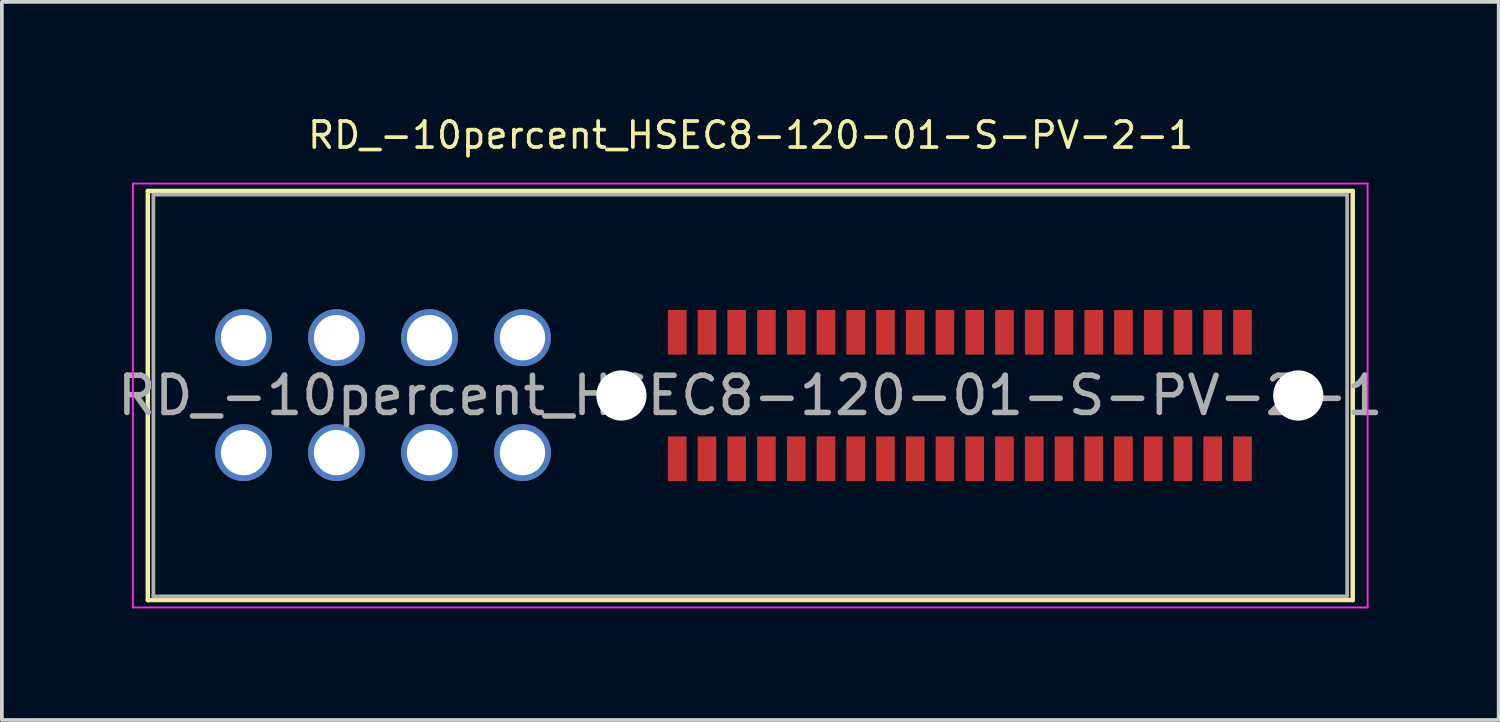
<source format=kicad_pcb>
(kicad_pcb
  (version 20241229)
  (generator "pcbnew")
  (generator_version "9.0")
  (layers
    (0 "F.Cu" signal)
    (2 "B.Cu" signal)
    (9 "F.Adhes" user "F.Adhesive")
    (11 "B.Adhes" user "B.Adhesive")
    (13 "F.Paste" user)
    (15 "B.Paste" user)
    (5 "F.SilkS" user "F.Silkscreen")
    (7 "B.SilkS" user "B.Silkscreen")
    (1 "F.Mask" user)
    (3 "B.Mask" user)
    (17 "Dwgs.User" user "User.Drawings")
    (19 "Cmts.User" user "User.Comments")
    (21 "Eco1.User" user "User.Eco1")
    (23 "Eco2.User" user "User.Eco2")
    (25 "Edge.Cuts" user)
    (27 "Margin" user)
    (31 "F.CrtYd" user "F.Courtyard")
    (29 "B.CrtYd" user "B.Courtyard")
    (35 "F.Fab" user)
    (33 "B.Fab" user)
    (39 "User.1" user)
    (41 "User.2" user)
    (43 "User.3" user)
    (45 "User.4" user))
  (footprint "RD_-10percent_HSEC8-120-01-S-PV-2-1"
    (layer "F.Cu")
    (at 17.125 7.585)
    (property "Reference" "RD_-10percent_HSEC8-120-01-S-PV-2-1" (at 0.01 -7 0) (layer "F.SilkS") (effects (font (size 0.7 0.7) (thickness 0.1))))
    (attr smd)
    (fp_line (start -16.2 -5.5) (end -16.2 5.5) (stroke (width 0.12) (type solid)) (layer "F.SilkS"))
    (fp_line (start -16.2 -5.5) (end 16.2 -5.5) (stroke (width 0.12) (type solid)) (layer "F.SilkS"))
    (fp_line (start 16.2 -5.5) (end 16.2 5.5) (stroke (width 0.12) (type solid)) (layer "F.SilkS"))
    (fp_line (start 16.2 5.5) (end -16.2 5.5) (stroke (width 0.12) (type solid)) (layer "F.SilkS"))
    (fp_rect (start -14.62 -3.96) (end -12.63 -0.29) (stroke (width 0.05) (type solid)) (fill yes) (layer "F.Paste"))
    (fp_rect (start -12.63 3.94) (end -14.62 0.27) (stroke (width 0.05) (type solid)) (fill yes) (layer "F.Paste"))
    (fp_rect (start -12.12 -3.96) (end -10.13 -0.29) (stroke (width 0.05) (type solid)) (fill yes) (layer "F.Paste"))
    (fp_rect (start -10.13 3.94) (end -12.12 0.27) (stroke (width 0.05) (type solid)) (fill yes) (layer "F.Paste"))
    (fp_rect (start -9.625 -3.96) (end -7.635 -0.29) (stroke (width 0.05) (type solid)) (fill yes) (layer "F.Paste"))
    (fp_rect (start -7.63 3.94) (end -9.62 0.27) (stroke (width 0.05) (type solid)) (fill yes) (layer "F.Paste"))
    (fp_rect (start -7.12 -3.96) (end -5.13 -0.29) (stroke (width 0.05) (type solid)) (fill yes) (layer "F.Paste"))
    (fp_rect (start -5.13 3.94) (end -7.12 0.27) (stroke (width 0.05) (type solid)) (fill yes) (layer "F.Paste"))
    (fp_line (start -16.6 -5.7) (end 16.6 -5.7) (stroke (width 0.05) (type solid)) (layer "F.CrtYd"))
    (fp_line (start -16.6 5.7) (end -16.6 -5.7) (stroke (width 0.05) (type solid)) (layer "F.CrtYd"))
    (fp_line (start 16.6 -5.7) (end 16.6 5.7) (stroke (width 0.05) (type solid)) (layer "F.CrtYd"))
    (fp_line (start 16.6 5.7) (end -16.6 5.7) (stroke (width 0.05) (type solid)) (layer "F.CrtYd"))
    (fp_line (start -16.05 -5.4) (end 16.05 -5.4) (stroke (width 0.1) (type solid)) (layer "F.Fab"))
    (fp_line (start -16.05 5.4) (end -16.05 -5.4) (stroke (width 0.1) (type solid)) (layer "F.Fab"))
    (fp_line (start 16.05 -5.4) (end 16.05 5.4) (stroke (width 0.1) (type solid)) (layer "F.Fab"))
    (fp_line (start 16.05 5.4) (end -16.05 5.4) (stroke (width 0.1) (type solid)) (layer "F.Fab"))
    (fp_text user "${REFERENCE}" (at 0 0 0) (layer "F.Fab") (effects (font (size 1 1) (thickness 0.15))))
    (pad "" np_thru_hole circle (at -3.465 0) (size 1.35 1.35) (drill 1.35) (layers "*.Cu" "*.Mask"))
    (pad "" np_thru_hole circle (at 14.735 0) (size 1.35 1.35) (drill 1.35) (layers "*.Cu" "*.Mask"))
    (pad "1" smd rect (at 13.235 1.7) (size 0.5 1.2) (layers "F.Cu" "F.Mask" "F.Paste"))
    (pad "2" smd rect (at 13.235 -1.7) (size 0.5 1.2) (layers "F.Cu" "F.Mask" "F.Paste"))
    (pad "3" smd rect (at 12.435 1.7) (size 0.5 1.2) (layers "F.Cu" "F.Mask" "F.Paste"))
    (pad "4" smd rect (at 12.435 -1.7) (size 0.5 1.2) (layers "F.Cu" "F.Mask" "F.Paste"))
    (pad "5" smd rect (at 11.635 1.7) (size 0.5 1.2) (layers "F.Cu" "F.Mask" "F.Paste"))
    (pad "6" smd rect (at 11.635 -1.7) (size 0.5 1.2) (layers "F.Cu" "F.Mask" "F.Paste"))
    (pad "7" smd rect (at 10.835 1.7) (size 0.5 1.2) (layers "F.Cu" "F.Mask" "F.Paste"))
    (pad "8" smd rect (at 10.835 -1.7) (size 0.5 1.2) (layers "F.Cu" "F.Mask" "F.Paste"))
    (pad "9" smd rect (at 10.035 1.7) (size 0.5 1.2) (layers "F.Cu" "F.Mask" "F.Paste"))
    (pad "10" smd rect (at 10.035 -1.7) (size 0.5 1.2) (layers "F.Cu" "F.Mask" "F.Paste"))
    (pad "11" smd rect (at 9.235 1.7) (size 0.5 1.2) (layers "F.Cu" "F.Mask" "F.Paste"))
    (pad "12" smd rect (at 9.235 -1.7) (size 0.5 1.2) (layers "F.Cu" "F.Mask" "F.Paste"))
    (pad "13" smd rect (at 8.435 1.7) (size 0.5 1.2) (layers "F.Cu" "F.Mask" "F.Paste"))
    (pad "14" smd rect (at 8.435 -1.7) (size 0.5 1.2) (layers "F.Cu" "F.Mask" "F.Paste"))
    (pad "15" smd rect (at 7.635 1.7) (size 0.5 1.2) (layers "F.Cu" "F.Mask" "F.Paste"))
    (pad "16" smd rect (at 7.635 -1.7) (size 0.5 1.2) (layers "F.Cu" "F.Mask" "F.Paste"))
    (pad "17" smd rect (at 6.835 1.7) (size 0.5 1.2) (layers "F.Cu" "F.Mask" "F.Paste"))
    (pad "18" smd rect (at 6.835 -1.7) (size 0.5 1.2) (layers "F.Cu" "F.Mask" "F.Paste"))
    (pad "19" smd rect (at 6.035 1.7) (size 0.5 1.2) (layers "F.Cu" "F.Mask" "F.Paste"))
    (pad "20" smd rect (at 6.035 -1.7) (size 0.5 1.2) (layers "F.Cu" "F.Mask" "F.Paste"))
    (pad "21" smd rect (at 5.235 1.7) (size 0.5 1.2) (layers "F.Cu" "F.Mask" "F.Paste"))
    (pad "22" smd rect (at 5.235 -1.7) (size 0.5 1.2) (layers "F.Cu" "F.Mask" "F.Paste"))
    (pad "23" smd rect (at 4.435 1.7) (size 0.5 1.2) (layers "F.Cu" "F.Mask" "F.Paste"))
    (pad "24" smd rect (at 4.435 -1.7) (size 0.5 1.2) (layers "F.Cu" "F.Mask" "F.Paste"))
    (pad "25" smd rect (at 3.635 1.7) (size 0.5 1.2) (layers "F.Cu" "F.Mask" "F.Paste"))
    (pad "26" smd rect (at 3.635 -1.7) (size 0.5 1.2) (layers "F.Cu" "F.Mask" "F.Paste"))
    (pad "27" smd rect (at 2.835 1.7) (size 0.5 1.2) (layers "F.Cu" "F.Mask" "F.Paste"))
    (pad "28" smd rect (at 2.835 -1.7) (size 0.5 1.2) (layers "F.Cu" "F.Mask" "F.Paste"))
    (pad "29" smd rect (at 2.035 1.7) (size 0.5 1.2) (layers "F.Cu" "F.Mask" "F.Paste"))
    (pad "30" smd rect (at 2.035 -1.7) (size 0.5 1.2) (layers "F.Cu" "F.Mask" "F.Paste"))
    (pad "31" smd rect (at 1.235 1.7) (size 0.5 1.2) (layers "F.Cu" "F.Mask" "F.Paste"))
    (pad "32" smd rect (at 1.235 -1.7) (size 0.5 1.2) (layers "F.Cu" "F.Mask" "F.Paste"))
    (pad "33" smd rect (at 0.435 1.7) (size 0.5 1.2) (layers "F.Cu" "F.Mask" "F.Paste"))
    (pad "34" smd rect (at 0.435 -1.7) (size 0.5 1.2) (layers "F.Cu" "F.Mask" "F.Paste"))
    (pad "35" smd rect (at -0.365 1.7) (size 0.5 1.2) (layers "F.Cu" "F.Mask" "F.Paste"))
    (pad "36" smd rect (at -0.365 -1.7) (size 0.5 1.2) (layers "F.Cu" "F.Mask" "F.Paste"))
    (pad "37" smd rect (at -1.165 1.7) (size 0.5 1.2) (layers "F.Cu" "F.Mask" "F.Paste"))
    (pad "38" smd rect (at -1.165 -1.7) (size 0.5 1.2) (layers "F.Cu" "F.Mask" "F.Paste"))
    (pad "39" smd rect (at -1.965 1.7) (size 0.5 1.2) (layers "F.Cu" "F.Mask" "F.Paste"))
    (pad "40" smd rect (at -1.965 -1.7) (size 0.5 1.2) (layers "F.Cu" "F.Mask" "F.Paste"))
    (pad "AP1" thru_hole circle (at -13.625 1.535 180) (size 1.53 1.53) (drill 1.22) (layers "*.Cu" "*.Mask"))
    (pad "AP2" thru_hole circle (at -6.125 -1.555) (size 1.53 1.53) (drill 1.22) (layers "*.Cu" "*.Mask"))
    (pad "BP1" thru_hole circle (at -11.125 1.535 180) (size 1.53 1.53) (drill 1.22) (layers "*.Cu" "*.Mask"))
    (pad "BP2" thru_hole circle (at -8.625 -1.555) (size 1.53 1.53) (drill 1.22) (layers "*.Cu" "*.Mask"))
    (pad "CP1" thru_hole circle (at -8.625 1.535 180) (size 1.53 1.53) (drill 1.22) (layers "*.Cu" "*.Mask"))
    (pad "CP2" thru_hole circle (at -11.125 -1.555) (size 1.53 1.53) (drill 1.22) (layers "*.Cu" "*.Mask"))
    (pad "DP1" thru_hole circle (at -6.125 1.535 180) (size 1.53 1.53) (drill 1.22) (layers "*.Cu" "*.Mask"))
    (pad "DP2" thru_hole circle (at -13.625 -1.555) (size 1.53 1.53) (drill 1.22) (layers "*.Cu" "*.Mask")))
  (gr_rect
    (start -3 -3)
    (end 37.25 16.31)
    (stroke (width 0.1) (type default))
    (fill no)
    (layer "Edge.Cuts")))
</source>
